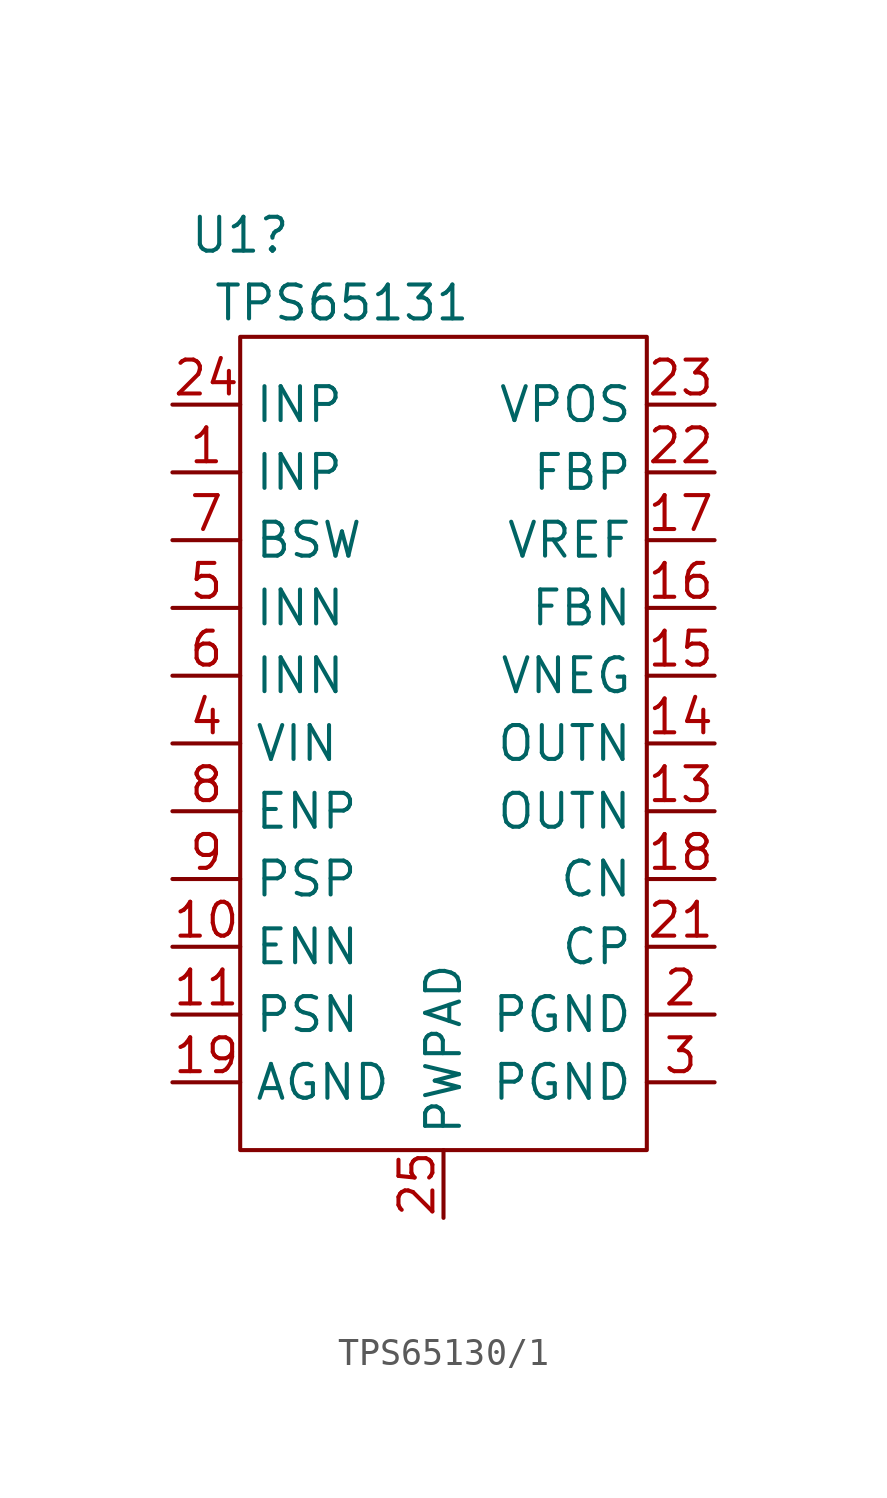
<source format=kicad_sym>
(kicad_symbol_lib
  (version 20220914)
  (generator kicad_symbol_editor)
  (symbol "TPS65130/1"
    (property "Reference" "U1"
      (at -7.62 19.05 0)
      (effects (font (size 1.27 1.27))))
    (property "Value" "TPS65131"
      (at -3.81 16.51 0)
      (effects (font (size 1.27 1.27))))
    (symbol "TPS65130/1_0_1"
      (rectangle (start -7.62 15.24) (end 7.62 -15.24) (stroke (width 0) (type default)) (fill (type none))))
    (symbol "TPS65130/1_1_1"
      (pin unspecified line (at -10.16 10.16 0) (length 2.54) (name "INP" (effects (font (size 1.27 1.27)))) (number "1" (effects (font (size 1.27 1.27)))))
      (pin unspecified line (at -10.16 -7.62 0) (length 2.54) (name "ENN" (effects (font (size 1.27 1.27)))) (number "10" (effects (font (size 1.27 1.27)))))
      (pin unspecified line (at -10.16 -10.16 0) (length 2.54) (name "PSN" (effects (font (size 1.27 1.27)))) (number "11" (effects (font (size 1.27 1.27)))))
      (pin no_connect line (at -2.54 -17.78 90) (length 2.54) hide (name "NC" (effects (font (size 1.27 1.27)))) (number "12" (effects (font (size 1.27 1.27)))))
      (pin unspecified line (at 10.16 -2.54 180) (length 2.54) (name "OUTN" (effects (font (size 1.27 1.27)))) (number "13" (effects (font (size 1.27 1.27)))))
      (pin unspecified line (at 10.16 0 180) (length 2.54) (name "OUTN" (effects (font (size 1.27 1.27)))) (number "14" (effects (font (size 1.27 1.27)))))
      (pin unspecified line (at 10.16 2.54 180) (length 2.54) (name "VNEG" (effects (font (size 1.27 1.27)))) (number "15" (effects (font (size 1.27 1.27)))))
      (pin unspecified line (at 10.16 5.08 180) (length 2.54) (name "FBN" (effects (font (size 1.27 1.27)))) (number "16" (effects (font (size 1.27 1.27)))))
      (pin unspecified line (at 10.16 7.62 180) (length 2.54) (name "VREF" (effects (font (size 1.27 1.27)))) (number "17" (effects (font (size 1.27 1.27)))))
      (pin unspecified line (at 10.16 -5.08 180) (length 2.54) (name "CN" (effects (font (size 1.27 1.27)))) (number "18" (effects (font (size 1.27 1.27)))))
      (pin unspecified line (at -10.16 -12.7 0) (length 2.54) (name "AGND" (effects (font (size 1.27 1.27)))) (number "19" (effects (font (size 1.27 1.27)))))
      (pin unspecified line (at 10.16 -10.16 180) (length 2.54) (name "PGND" (effects (font (size 1.27 1.27)))) (number "2" (effects (font (size 1.27 1.27)))))
      (pin no_connect line (at 2.54 -17.78 90) (length 2.54) hide (name "NC" (effects (font (size 1.27 1.27)))) (number "20" (effects (font (size 1.27 1.27)))))
      (pin unspecified line (at 10.16 -7.62 180) (length 2.54) (name "CP" (effects (font (size 1.27 1.27)))) (number "21" (effects (font (size 1.27 1.27)))))
      (pin unspecified line (at 10.16 10.16 180) (length 2.54) (name "FBP" (effects (font (size 1.27 1.27)))) (number "22" (effects (font (size 1.27 1.27)))))
      (pin unspecified line (at 10.16 12.7 180) (length 2.54) (name "VPOS" (effects (font (size 1.27 1.27)))) (number "23" (effects (font (size 1.27 1.27)))))
      (pin unspecified line (at -10.16 12.7 0) (length 2.54) (name "INP" (effects (font (size 1.27 1.27)))) (number "24" (effects (font (size 1.27 1.27)))))
      (pin unspecified line (at 0 -17.78 90) (length 2.54) (name "PWPAD" (effects (font (size 1.27 1.27)))) (number "25" (effects (font (size 1.27 1.27)))))
      (pin unspecified line (at 10.16 -12.7 180) (length 2.54) (name "PGND" (effects (font (size 1.27 1.27)))) (number "3" (effects (font (size 1.27 1.27)))))
      (pin unspecified line (at -10.16 0 0) (length 2.54) (name "VIN" (effects (font (size 1.27 1.27)))) (number "4" (effects (font (size 1.27 1.27)))))
      (pin unspecified line (at -10.16 5.08 0) (length 2.54) (name "INN" (effects (font (size 1.27 1.27)))) (number "5" (effects (font (size 1.27 1.27)))))
      (pin unspecified line (at -10.16 2.54 0) (length 2.54) (name "INN" (effects (font (size 1.27 1.27)))) (number "6" (effects (font (size 1.27 1.27)))))
      (pin unspecified line (at -10.16 7.62 0) (length 2.54) (name "BSW" (effects (font (size 1.27 1.27)))) (number "7" (effects (font (size 1.27 1.27)))))
      (pin unspecified line (at -10.16 -2.54 0) (length 2.54) (name "ENP" (effects (font (size 1.27 1.27)))) (number "8" (effects (font (size 1.27 1.27)))))
      (pin unspecified line (at -10.16 -5.08 0) (length 2.54) (name "PSP" (effects (font (size 1.27 1.27)))) (number "9" (effects (font (size 1.27 1.27))))))))
</source>
